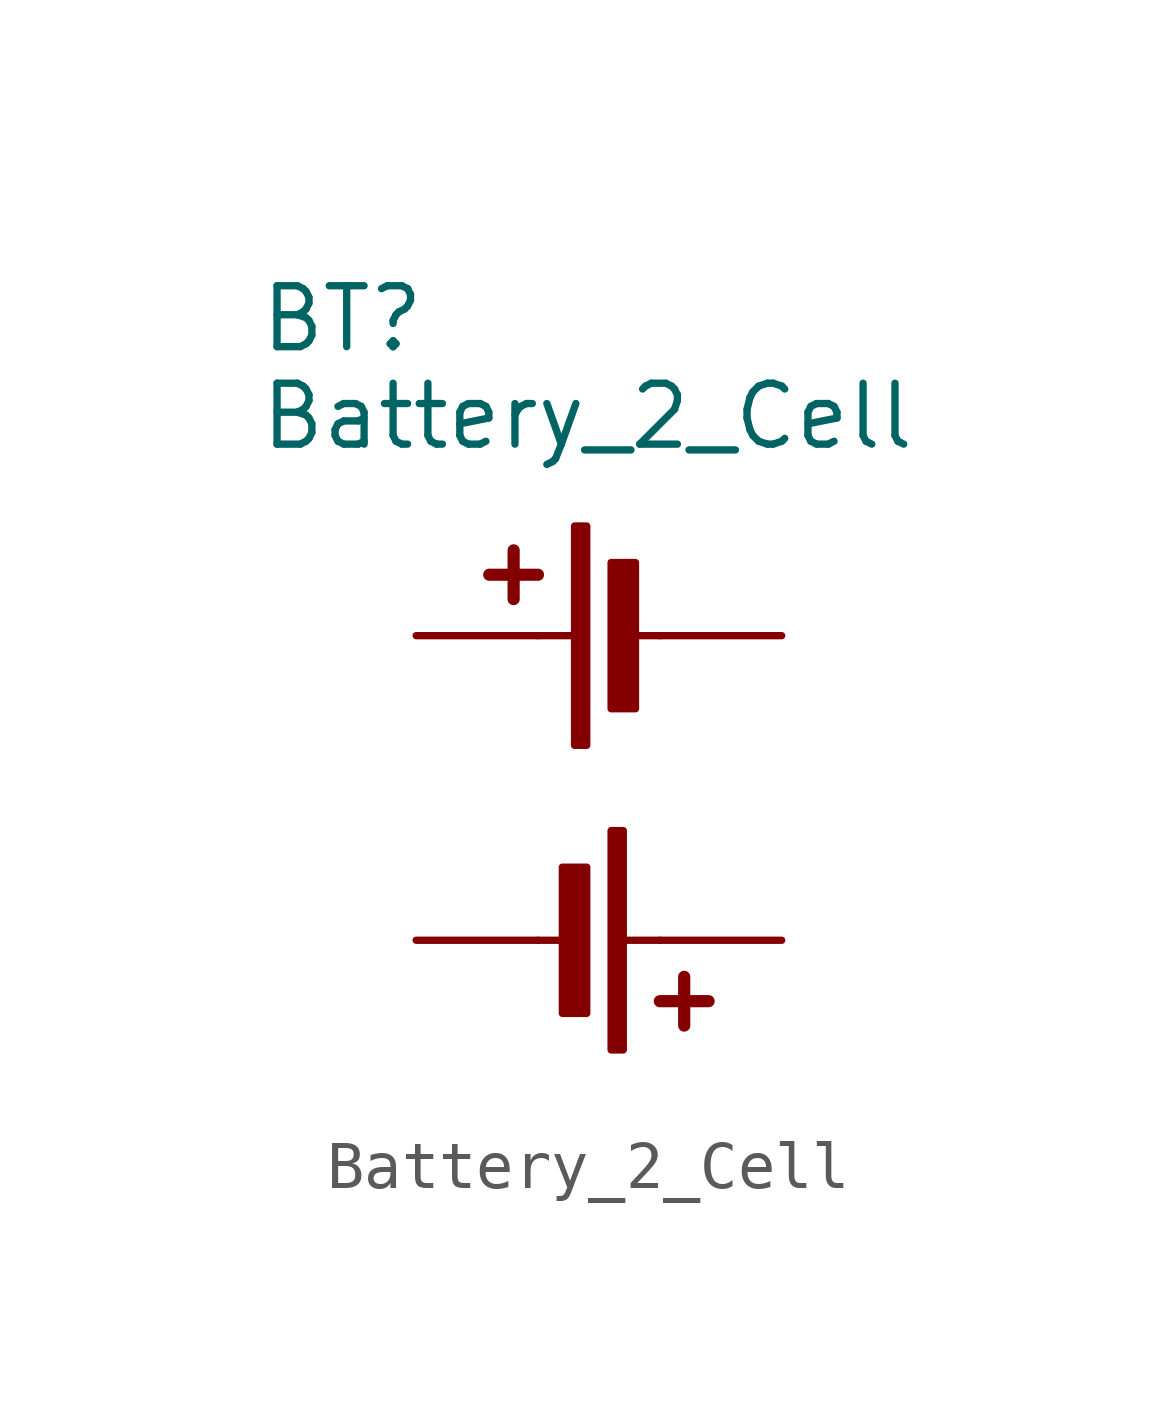
<source format=kicad_sym>
(kicad_symbol_lib
  (version 20231120)
  (generator "kicad_symbol_editor")
  (generator_version "8.0")
  (symbol "Battery_2_Cell"
    (pin_numbers hide)
    (pin_names
      (offset 0) hide)
    (property "Reference" "BT"
      (at -7.112 6.604 0)
      (effects (font (size 1.27 1.27)) (justify left)))
    (property "Value" "Battery_2_Cell"
      (at -7.112 4.572 0)
      (effects (font (size 1.27 1.27)) (justify left)))
    (symbol "Battery_2_Cell_0_1"
      (rectangle (start -0.508 -2.286) (end -0.254 2.286) (stroke (width 0) (type default)) (fill (type outline)))
      (rectangle (start -0.254 -4.826) (end -0.762 -7.874) (stroke (width 0) (type default)) (fill (type outline)))
      (polyline (pts (xy -2.286 1.27) (xy -1.27 1.27)) (stroke (width 0.254) (type default)) (fill (type none)))
      (polyline (pts (xy -1.778 0.762) (xy -1.778 1.778)) (stroke (width 0.254) (type default)) (fill (type none)))
      (polyline (pts (xy -0.508 -6.35) (xy -1.27 -6.35)) (stroke (width 0) (type default)) (fill (type none)))
      (polyline (pts (xy -0.508 0) (xy -1.27 0)) (stroke (width 0) (type default)) (fill (type none)))
      (polyline (pts (xy 0.508 -6.35) (xy 1.27 -6.35)) (stroke (width 0) (type default)) (fill (type none)))
      (polyline (pts (xy 0.508 0) (xy 1.27 0)) (stroke (width 0) (type default)) (fill (type none)))
      (polyline (pts (xy 1.778 -7.112) (xy 1.778 -8.128)) (stroke (width 0.254) (type default)) (fill (type none)))
      (polyline (pts (xy 2.286 -7.62) (xy 1.27 -7.62)) (stroke (width 0.254) (type default)) (fill (type none)))
      (rectangle (start 0.254 -1.524) (end 0.762 1.524) (stroke (width 0) (type default)) (fill (type outline)))
      (rectangle (start 0.508 -4.064) (end 0.254 -8.636) (stroke (width 0) (type default)) (fill (type outline))))
    (symbol "Battery_2_Cell_1_1"
      (pin passive line (at -3.81 0 0) (length 2.54) (name "+" (effects (font (size 1.27 1.27)))) (number "1" (effects (font (size 1.27 1.27)))))
      (pin passive line (at 3.81 0 180) (length 2.54) (name "-" (effects (font (size 1.27 1.27)))) (number "2" (effects (font (size 1.27 1.27)))))
      (pin passive line (at -3.81 -6.35 0) (length 2.54) (name "-" (effects (font (size 1.27 1.27)))) (number "3" (effects (font (size 1.27 1.27)))))
      (pin passive line (at 3.81 -6.35 180) (length 2.54) (name "+" (effects (font (size 1.27 1.27)))) (number "4" (effects (font (size 1.27 1.27))))))))
</source>
